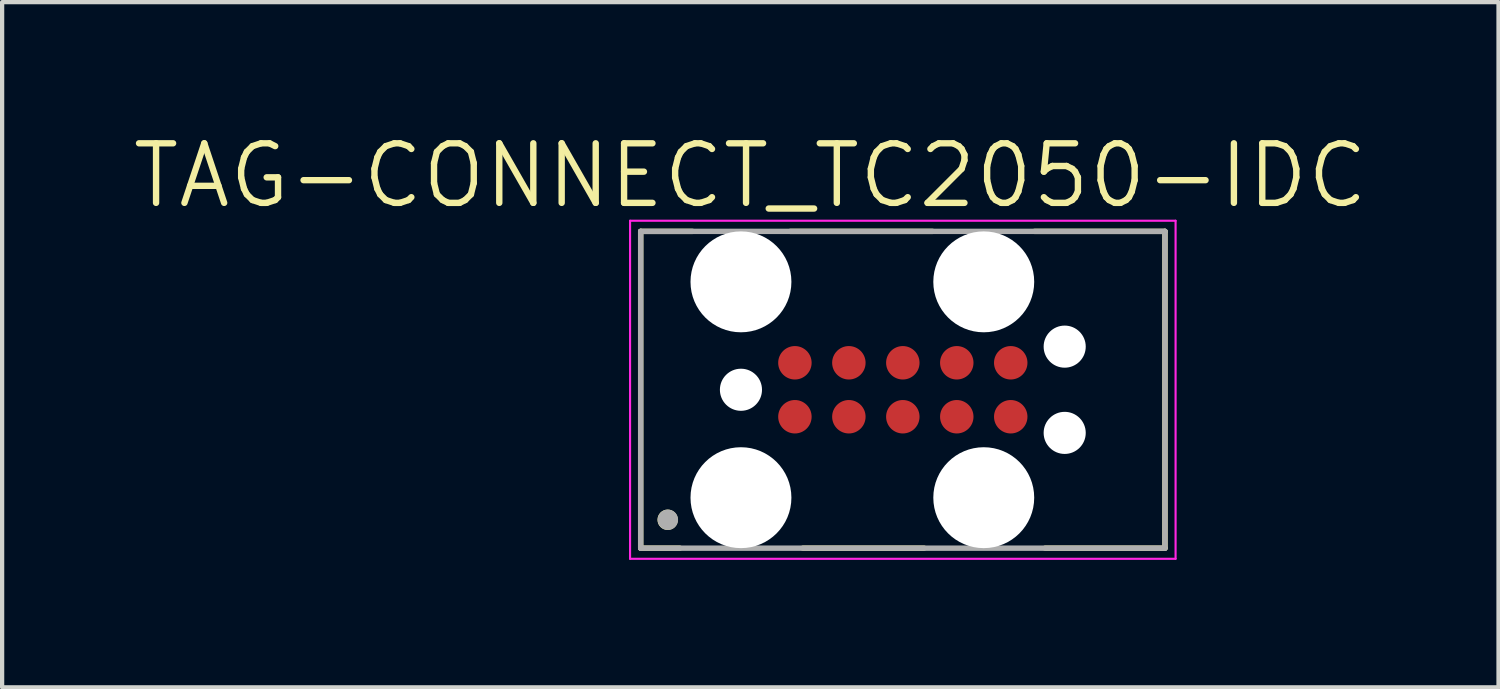
<source format=kicad_pcb>
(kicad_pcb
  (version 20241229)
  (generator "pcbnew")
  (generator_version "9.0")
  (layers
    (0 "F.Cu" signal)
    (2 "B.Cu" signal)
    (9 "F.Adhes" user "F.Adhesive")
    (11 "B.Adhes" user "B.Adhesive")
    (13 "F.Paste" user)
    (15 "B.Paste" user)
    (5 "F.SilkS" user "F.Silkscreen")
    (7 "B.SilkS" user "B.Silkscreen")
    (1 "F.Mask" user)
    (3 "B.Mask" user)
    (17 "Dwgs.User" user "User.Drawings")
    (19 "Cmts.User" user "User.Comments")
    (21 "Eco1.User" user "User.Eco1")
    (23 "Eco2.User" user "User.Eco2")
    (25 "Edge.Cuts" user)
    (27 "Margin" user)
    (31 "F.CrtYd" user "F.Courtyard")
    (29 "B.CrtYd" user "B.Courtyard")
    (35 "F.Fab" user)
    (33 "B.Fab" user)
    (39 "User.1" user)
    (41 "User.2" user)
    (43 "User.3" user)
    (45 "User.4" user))
  (footprint "TAG-CONNECT_TC2050-IDC"
    (layer "F.Cu")
    (at 18.2 6.124)
    (property "Reference" "TAG-CONNECT_TC2050-IDC" (at -3.59 -5.04 0) (layer "F.SilkS") (effects (font (size 1.402 1.402) (thickness 0.15))))
    (attr smd)
    (fp_line (start -6.17 -3.728) (end -4.95 -3.728) (stroke (width 0.127) (type solid)) (layer "F.SilkS"))
    (fp_line (start -6.17 3.728) (end -6.17 -3.728) (stroke (width 0.127) (type solid)) (layer "F.SilkS"))
    (fp_line (start -5.25 3.728) (end -6.17 3.728) (stroke (width 0.127) (type solid)) (layer "F.SilkS"))
    (fp_line (start -2.65 -3.728) (end 0.7 -3.728) (stroke (width 0.127) (type solid)) (layer "F.SilkS"))
    (fp_line (start 0.5 3.728) (end -2.35 3.728) (stroke (width 0.127) (type solid)) (layer "F.SilkS"))
    (fp_line (start 3.1 -3.728) (end 6.17 -3.728) (stroke (width 0.127) (type solid)) (layer "F.SilkS"))
    (fp_line (start 6.17 -3.728) (end 6.17 3.728) (stroke (width 0.127) (type solid)) (layer "F.SilkS"))
    (fp_line (start 6.17 3.728) (end 3.35 3.728) (stroke (width 0.127) (type solid)) (layer "F.SilkS"))
    (fp_circle (center -5.535 3.06) (end -5.415 3.06) (stroke (width 0.24) (type solid)) (fill no) (layer "F.SilkS"))
    (fp_line (start -6.42 -3.978) (end 6.42 -3.978) (stroke (width 0.05) (type solid)) (layer "F.CrtYd"))
    (fp_line (start -6.42 3.978) (end -6.42 -3.978) (stroke (width 0.05) (type solid)) (layer "F.CrtYd"))
    (fp_line (start 6.42 -3.978) (end 6.42 3.978) (stroke (width 0.05) (type solid)) (layer "F.CrtYd"))
    (fp_line (start 6.42 3.978) (end -6.42 3.978) (stroke (width 0.05) (type solid)) (layer "F.CrtYd"))
    (fp_line (start -6.17 -3.728) (end 6.17 -3.728) (stroke (width 0.127) (type solid)) (layer "F.Fab"))
    (fp_line (start -6.17 3.728) (end -6.17 -3.728) (stroke (width 0.127) (type solid)) (layer "F.Fab"))
    (fp_line (start 6.17 -3.728) (end 6.17 3.728) (stroke (width 0.127) (type solid)) (layer "F.Fab"))
    (fp_line (start 6.17 3.728) (end -6.17 3.728) (stroke (width 0.127) (type solid)) (layer "F.Fab"))
    (fp_circle (center -5.53 3.06) (end -5.41 3.06) (stroke (width 0.24) (type solid)) (fill no) (layer "F.Fab"))
    (pad "" np_thru_hole circle (at -3.81 -2.54) (size 2.375 2.375) (drill 2.375) (layers "*.Cu" "*.Mask"))
    (pad "" np_thru_hole circle (at -3.81 0) (size 0.991 0.991) (drill 0.991) (layers "*.Cu" "*.Mask"))
    (pad "" np_thru_hole circle (at -3.81 2.54) (size 2.375 2.375) (drill 2.375) (layers "*.Cu" "*.Mask"))
    (pad "" np_thru_hole circle (at 1.905 -2.54) (size 2.375 2.375) (drill 2.375) (layers "*.Cu" "*.Mask"))
    (pad "" np_thru_hole circle (at 1.905 2.54) (size 2.375 2.375) (drill 2.375) (layers "*.Cu" "*.Mask"))
    (pad "" np_thru_hole circle (at 3.81 -1.015) (size 0.991 0.991) (drill 0.991) (layers "*.Cu" "*.Mask"))
    (pad "" np_thru_hole circle (at 3.81 1.015) (size 0.991 0.991) (drill 0.991) (layers "*.Cu" "*.Mask"))
    (pad "1" smd circle (at -2.54 0.635) (size 0.787 0.787) (layers "F.Cu" "F.Mask"))
    (pad "2" smd circle (at -1.27 0.635) (size 0.787 0.787) (layers "F.Cu" "F.Mask"))
    (pad "3" smd circle (at 0 0.635) (size 0.787 0.787) (layers "F.Cu" "F.Mask"))
    (pad "4" smd circle (at 1.27 0.635) (size 0.787 0.787) (layers "F.Cu" "F.Mask"))
    (pad "5" smd circle (at 2.54 0.635) (size 0.787 0.787) (layers "F.Cu" "F.Mask"))
    (pad "6" smd circle (at 2.54 -0.635) (size 0.787 0.787) (layers "F.Cu" "F.Mask"))
    (pad "7" smd circle (at 1.27 -0.635) (size 0.787 0.787) (layers "F.Cu" "F.Mask"))
    (pad "8" smd circle (at 0 -0.635) (size 0.787 0.787) (layers "F.Cu" "F.Mask"))
    (pad "9" smd circle (at -1.27 -0.635) (size 0.787 0.787) (layers "F.Cu" "F.Mask"))
    (pad "10" smd circle (at -2.54 -0.635) (size 0.787 0.787) (layers "F.Cu" "F.Mask"))
    (zone (net_name "") (layer "F.Cu") (hatch full 0.508) (connect_pads) (min_thickness 0.0001) (filled_areas_thickness no) (keepout (tracks not_allowed) (vias not_allowed) (pads not_allowed) (copperpour not_allowed) (footprints allowed)) (placement (enabled no)) (fill) (polygon (pts (xy 15.66 6.124) (xy 15.66 6.365) (xy 20.74 6.365) (xy 20.74 5.882) (xy 15.66 5.882))))
    (zone (net_name "") (layer "F.Cu") (hatch full 0.508) (connect_pads) (min_thickness 0.0001) (filled_areas_thickness no) (keepout (tracks not_allowed) (vias not_allowed) (pads not_allowed) (copperpour not_allowed) (footprints allowed)) (placement (enabled no)) (fill) (polygon (pts (xy 15.66 6.365) (xy 16.93 6.365) (xy 16.909 6.366) (xy 16.889 6.367) (xy 16.868 6.37) (xy 16.848 6.374) (xy 16.828 6.379) (xy 16.808 6.385) (xy 16.789 6.391) (xy 16.77 6.399) (xy 16.751 6.408) (xy 16.733 6.418) (xy 16.716 6.429) (xy 16.699 6.44) (xy 16.682 6.453) (xy 16.667 6.466) (xy 16.652 6.481) (xy 16.637 6.496) (xy 16.624 6.511) (xy 16.611 6.528) (xy 16.6 6.545) (xy 16.589 6.562) (xy 16.579 6.58) (xy 16.57 6.599) (xy 16.562 6.618) (xy 16.556 6.637) (xy 16.55 6.657) (xy 16.545 6.677) (xy 16.541 6.697) (xy 16.538 6.718) (xy 16.537 6.738) (xy 16.536 6.759) (xy 16.054 6.759) (xy 16.053 6.738) (xy 16.052 6.718) (xy 16.049 6.697) (xy 16.045 6.677) (xy 16.04 6.657) (xy 16.034 6.637) (xy 16.028 6.618) (xy 16.02 6.599) (xy 16.011 6.58) (xy 16.001 6.562) (xy 15.99 6.545) (xy 15.979 6.528) (xy 15.966 6.511) (xy 15.953 6.496) (xy 15.938 6.481) (xy 15.923 6.466) (xy 15.908 6.453) (xy 15.891 6.44) (xy 15.874 6.429) (xy 15.857 6.418) (xy 15.839 6.408) (xy 15.82 6.399) (xy 15.801 6.391) (xy 15.782 6.385) (xy 15.762 6.379) (xy 15.742 6.374) (xy 15.722 6.37) (xy 15.701 6.367) (xy 15.681 6.366) (xy 15.66 6.365))))
    (zone (net_name "") (layer "F.Cu") (hatch full 0.508) (connect_pads) (min_thickness 0.0001) (filled_areas_thickness no) (keepout (tracks not_allowed) (vias not_allowed) (pads not_allowed) (copperpour not_allowed) (footprints allowed)) (placement (enabled no)) (fill) (polygon (pts (xy 16.93 5.882) (xy 15.66 5.883) (xy 15.681 5.882) (xy 15.701 5.881) (xy 15.722 5.878) (xy 15.742 5.874) (xy 15.762 5.869) (xy 15.782 5.863) (xy 15.801 5.857) (xy 15.82 5.849) (xy 15.839 5.84) (xy 15.857 5.83) (xy 15.874 5.819) (xy 15.891 5.808) (xy 15.908 5.795) (xy 15.923 5.782) (xy 15.938 5.767) (xy 15.953 5.752) (xy 15.966 5.737) (xy 15.979 5.72) (xy 15.99 5.703) (xy 16.001 5.686) (xy 16.011 5.668) (xy 16.02 5.649) (xy 16.028 5.63) (xy 16.034 5.611) (xy 16.04 5.591) (xy 16.045 5.571) (xy 16.049 5.551) (xy 16.052 5.53) (xy 16.053 5.51) (xy 16.054 5.489) (xy 16.536 5.489) (xy 16.537 5.51) (xy 16.538 5.53) (xy 16.541 5.551) (xy 16.545 5.571) (xy 16.55 5.591) (xy 16.556 5.611) (xy 16.562 5.63) (xy 16.57 5.649) (xy 16.579 5.668) (xy 16.589 5.686) (xy 16.6 5.703) (xy 16.611 5.72) (xy 16.624 5.737) (xy 16.637 5.752) (xy 16.652 5.767) (xy 16.667 5.782) (xy 16.682 5.795) (xy 16.699 5.808) (xy 16.716 5.819) (xy 16.733 5.83) (xy 16.751 5.84) (xy 16.77 5.849) (xy 16.789 5.857) (xy 16.808 5.863) (xy 16.828 5.869) (xy 16.848 5.874) (xy 16.868 5.878) (xy 16.889 5.881) (xy 16.909 5.882) (xy 16.93 5.883))))
    (zone (net_name "") (layer "F.Cu") (hatch full 0.508) (connect_pads) (min_thickness 0.0001) (filled_areas_thickness no) (keepout (tracks not_allowed) (vias not_allowed) (pads not_allowed) (copperpour not_allowed) (footprints allowed)) (placement (enabled no)) (fill) (polygon (pts (xy 16.93 6.365) (xy 18.2 6.365) (xy 18.179 6.366) (xy 18.159 6.367) (xy 18.138 6.37) (xy 18.118 6.374) (xy 18.098 6.379) (xy 18.078 6.385) (xy 18.059 6.391) (xy 18.04 6.399) (xy 18.021 6.408) (xy 18.003 6.418) (xy 17.986 6.429) (xy 17.969 6.44) (xy 17.952 6.453) (xy 17.937 6.466) (xy 17.922 6.481) (xy 17.907 6.496) (xy 17.894 6.511) (xy 17.881 6.528) (xy 17.87 6.545) (xy 17.859 6.562) (xy 17.849 6.58) (xy 17.84 6.599) (xy 17.832 6.618) (xy 17.826 6.637) (xy 17.82 6.657) (xy 17.815 6.677) (xy 17.811 6.697) (xy 17.808 6.718) (xy 17.807 6.738) (xy 17.806 6.759) (xy 17.324 6.759) (xy 17.323 6.738) (xy 17.322 6.718) (xy 17.319 6.697) (xy 17.315 6.677) (xy 17.31 6.657) (xy 17.304 6.637) (xy 17.298 6.618) (xy 17.29 6.599) (xy 17.281 6.58) (xy 17.271 6.562) (xy 17.26 6.545) (xy 17.249 6.528) (xy 17.236 6.511) (xy 17.223 6.496) (xy 17.208 6.481) (xy 17.193 6.466) (xy 17.178 6.453) (xy 17.161 6.44) (xy 17.144 6.429) (xy 17.127 6.418) (xy 17.109 6.408) (xy 17.09 6.399) (xy 17.071 6.391) (xy 17.052 6.385) (xy 17.032 6.379) (xy 17.012 6.374) (xy 16.992 6.37) (xy 16.971 6.367) (xy 16.951 6.366) (xy 16.93 6.365))))
    (zone (net_name "") (layer "F.Cu") (hatch full 0.508) (connect_pads) (min_thickness 0.0001) (filled_areas_thickness no) (keepout (tracks not_allowed) (vias not_allowed) (pads not_allowed) (copperpour not_allowed) (footprints allowed)) (placement (enabled no)) (fill) (polygon (pts (xy 18.2 5.882) (xy 16.93 5.883) (xy 16.951 5.882) (xy 16.971 5.881) (xy 16.992 5.878) (xy 17.012 5.874) (xy 17.032 5.869) (xy 17.052 5.863) (xy 17.071 5.857) (xy 17.09 5.849) (xy 17.109 5.84) (xy 17.127 5.83) (xy 17.144 5.819) (xy 17.161 5.808) (xy 17.178 5.795) (xy 17.193 5.782) (xy 17.208 5.767) (xy 17.223 5.752) (xy 17.236 5.737) (xy 17.249 5.72) (xy 17.26 5.703) (xy 17.271 5.686) (xy 17.281 5.668) (xy 17.29 5.649) (xy 17.298 5.63) (xy 17.304 5.611) (xy 17.31 5.591) (xy 17.315 5.571) (xy 17.319 5.551) (xy 17.322 5.53) (xy 17.323 5.51) (xy 17.324 5.489) (xy 17.806 5.489) (xy 17.807 5.51) (xy 17.808 5.53) (xy 17.811 5.551) (xy 17.815 5.571) (xy 17.82 5.591) (xy 17.826 5.611) (xy 17.832 5.63) (xy 17.84 5.649) (xy 17.849 5.668) (xy 17.859 5.686) (xy 17.87 5.703) (xy 17.881 5.72) (xy 17.894 5.737) (xy 17.907 5.752) (xy 17.922 5.767) (xy 17.937 5.782) (xy 17.952 5.795) (xy 17.969 5.808) (xy 17.986 5.819) (xy 18.003 5.83) (xy 18.021 5.84) (xy 18.04 5.849) (xy 18.059 5.857) (xy 18.078 5.863) (xy 18.098 5.869) (xy 18.118 5.874) (xy 18.138 5.878) (xy 18.159 5.881) (xy 18.179 5.882) (xy 18.2 5.883))))
    (zone (net_name "") (layer "F.Cu") (hatch full 0.508) (connect_pads) (min_thickness 0.0001) (filled_areas_thickness no) (keepout (tracks not_allowed) (vias not_allowed) (pads not_allowed) (copperpour not_allowed) (footprints allowed)) (placement (enabled no)) (fill) (polygon (pts (xy 18.2 6.365) (xy 19.47 6.365) (xy 19.449 6.366) (xy 19.429 6.367) (xy 19.408 6.37) (xy 19.388 6.374) (xy 19.368 6.379) (xy 19.348 6.385) (xy 19.329 6.391) (xy 19.31 6.399) (xy 19.291 6.408) (xy 19.273 6.418) (xy 19.256 6.429) (xy 19.239 6.44) (xy 19.222 6.453) (xy 19.207 6.466) (xy 19.192 6.481) (xy 19.177 6.496) (xy 19.164 6.511) (xy 19.151 6.528) (xy 19.14 6.545) (xy 19.129 6.562) (xy 19.119 6.58) (xy 19.11 6.599) (xy 19.102 6.618) (xy 19.096 6.637) (xy 19.09 6.657) (xy 19.085 6.677) (xy 19.081 6.697) (xy 19.078 6.718) (xy 19.077 6.738) (xy 19.076 6.759) (xy 18.594 6.759) (xy 18.593 6.738) (xy 18.592 6.718) (xy 18.589 6.697) (xy 18.585 6.677) (xy 18.58 6.657) (xy 18.574 6.637) (xy 18.568 6.618) (xy 18.56 6.599) (xy 18.551 6.58) (xy 18.541 6.562) (xy 18.53 6.545) (xy 18.519 6.528) (xy 18.506 6.511) (xy 18.493 6.496) (xy 18.478 6.481) (xy 18.463 6.466) (xy 18.448 6.453) (xy 18.431 6.44) (xy 18.414 6.429) (xy 18.397 6.418) (xy 18.379 6.408) (xy 18.36 6.399) (xy 18.341 6.391) (xy 18.322 6.385) (xy 18.302 6.379) (xy 18.282 6.374) (xy 18.262 6.37) (xy 18.241 6.367) (xy 18.221 6.366) (xy 18.2 6.365))))
    (zone (net_name "") (layer "F.Cu") (hatch full 0.508) (connect_pads) (min_thickness 0.0001) (filled_areas_thickness no) (keepout (tracks not_allowed) (vias not_allowed) (pads not_allowed) (copperpour not_allowed) (footprints allowed)) (placement (enabled no)) (fill) (polygon (pts (xy 19.47 5.882) (xy 18.2 5.883) (xy 18.221 5.882) (xy 18.241 5.881) (xy 18.262 5.878) (xy 18.282 5.874) (xy 18.302 5.869) (xy 18.322 5.863) (xy 18.341 5.857) (xy 18.36 5.849) (xy 18.379 5.84) (xy 18.397 5.83) (xy 18.414 5.819) (xy 18.431 5.808) (xy 18.448 5.795) (xy 18.463 5.782) (xy 18.478 5.767) (xy 18.493 5.752) (xy 18.506 5.737) (xy 18.519 5.72) (xy 18.53 5.703) (xy 18.541 5.686) (xy 18.551 5.668) (xy 18.56 5.649) (xy 18.568 5.63) (xy 18.574 5.611) (xy 18.58 5.591) (xy 18.585 5.571) (xy 18.589 5.551) (xy 18.592 5.53) (xy 18.593 5.51) (xy 18.594 5.489) (xy 19.076 5.489) (xy 19.077 5.51) (xy 19.078 5.53) (xy 19.081 5.551) (xy 19.085 5.571) (xy 19.09 5.591) (xy 19.096 5.611) (xy 19.102 5.63) (xy 19.11 5.649) (xy 19.119 5.668) (xy 19.129 5.686) (xy 19.14 5.703) (xy 19.151 5.72) (xy 19.164 5.737) (xy 19.177 5.752) (xy 19.192 5.767) (xy 19.207 5.782) (xy 19.222 5.795) (xy 19.239 5.808) (xy 19.256 5.819) (xy 19.273 5.83) (xy 19.291 5.84) (xy 19.31 5.849) (xy 19.329 5.857) (xy 19.348 5.863) (xy 19.368 5.869) (xy 19.388 5.874) (xy 19.408 5.878) (xy 19.429 5.881) (xy 19.449 5.882) (xy 19.47 5.883))))
    (zone (net_name "") (layer "F.Cu") (hatch full 0.508) (connect_pads) (min_thickness 0.0001) (filled_areas_thickness no) (keepout (tracks not_allowed) (vias not_allowed) (pads not_allowed) (copperpour not_allowed) (footprints allowed)) (placement (enabled no)) (fill) (polygon (pts (xy 19.47 6.365) (xy 20.74 6.365) (xy 20.719 6.366) (xy 20.699 6.367) (xy 20.678 6.37) (xy 20.658 6.374) (xy 20.638 6.379) (xy 20.618 6.385) (xy 20.599 6.391) (xy 20.58 6.399) (xy 20.561 6.408) (xy 20.543 6.418) (xy 20.526 6.429) (xy 20.509 6.44) (xy 20.492 6.453) (xy 20.477 6.466) (xy 20.462 6.481) (xy 20.447 6.496) (xy 20.434 6.511) (xy 20.421 6.528) (xy 20.41 6.545) (xy 20.399 6.562) (xy 20.389 6.58) (xy 20.38 6.599) (xy 20.372 6.618) (xy 20.366 6.637) (xy 20.36 6.657) (xy 20.355 6.677) (xy 20.351 6.697) (xy 20.348 6.718) (xy 20.347 6.738) (xy 20.346 6.759) (xy 19.864 6.759) (xy 19.863 6.738) (xy 19.862 6.718) (xy 19.859 6.697) (xy 19.855 6.677) (xy 19.85 6.657) (xy 19.844 6.637) (xy 19.838 6.618) (xy 19.83 6.599) (xy 19.821 6.58) (xy 19.811 6.562) (xy 19.8 6.545) (xy 19.789 6.528) (xy 19.776 6.511) (xy 19.763 6.496) (xy 19.748 6.481) (xy 19.733 6.466) (xy 19.718 6.453) (xy 19.701 6.44) (xy 19.684 6.429) (xy 19.667 6.418) (xy 19.649 6.408) (xy 19.63 6.399) (xy 19.611 6.391) (xy 19.592 6.385) (xy 19.572 6.379) (xy 19.552 6.374) (xy 19.532 6.37) (xy 19.511 6.367) (xy 19.491 6.366) (xy 19.47 6.365))))
    (zone (net_name "") (layer "F.Cu") (hatch full 0.508) (connect_pads) (min_thickness 0.0001) (filled_areas_thickness no) (keepout (tracks not_allowed) (vias not_allowed) (pads not_allowed) (copperpour not_allowed) (footprints allowed)) (placement (enabled no)) (fill) (polygon (pts (xy 20.74 5.882) (xy 19.47 5.883) (xy 19.491 5.882) (xy 19.511 5.881) (xy 19.532 5.878) (xy 19.552 5.874) (xy 19.572 5.869) (xy 19.592 5.863) (xy 19.611 5.857) (xy 19.63 5.849) (xy 19.649 5.84) (xy 19.667 5.83) (xy 19.684 5.819) (xy 19.701 5.808) (xy 19.718 5.795) (xy 19.733 5.782) (xy 19.748 5.767) (xy 19.763 5.752) (xy 19.776 5.737) (xy 19.789 5.72) (xy 19.8 5.703) (xy 19.811 5.686) (xy 19.821 5.668) (xy 19.83 5.649) (xy 19.838 5.63) (xy 19.844 5.611) (xy 19.85 5.591) (xy 19.855 5.571) (xy 19.859 5.551) (xy 19.862 5.53) (xy 19.863 5.51) (xy 19.864 5.489) (xy 20.346 5.489) (xy 20.347 5.51) (xy 20.348 5.53) (xy 20.351 5.551) (xy 20.355 5.571) (xy 20.36 5.591) (xy 20.366 5.611) (xy 20.372 5.63) (xy 20.38 5.649) (xy 20.389 5.668) (xy 20.399 5.686) (xy 20.41 5.703) (xy 20.421 5.72) (xy 20.434 5.737) (xy 20.447 5.752) (xy 20.462 5.767) (xy 20.477 5.782) (xy 20.492 5.795) (xy 20.509 5.808) (xy 20.526 5.819) (xy 20.543 5.83) (xy 20.561 5.84) (xy 20.58 5.849) (xy 20.599 5.857) (xy 20.618 5.863) (xy 20.638 5.869) (xy 20.658 5.874) (xy 20.678 5.878) (xy 20.699 5.881) (xy 20.719 5.882) (xy 20.74 5.883))))
    (zone (net_name "") (layers "F.Cu" "B.Cu") (hatch full 0.508) (connect_pads) (min_thickness 0.0001) (filled_areas_thickness no) (keepout (tracks allowed) (vias not_allowed) (pads allowed) (copperpour allowed) (footprints allowed)) (placement (enabled no)) (fill) (polygon (pts (xy 15.66 5.882) (xy 15.66 6.365) (xy 20.74 6.365) (xy 20.74 5.882))))
    (zone (net_name "") (layers "F.Cu" "B.Cu") (hatch full 0.508) (connect_pads) (min_thickness 0.0001) (filled_areas_thickness no) (keepout (tracks allowed) (vias not_allowed) (pads allowed) (copperpour allowed) (footprints allowed)) (placement (enabled no)) (fill) (polygon (pts (xy 15.66 6.365) (xy 16.93 6.365) (xy 16.909 6.366) (xy 16.889 6.367) (xy 16.868 6.37) (xy 16.848 6.374) (xy 16.828 6.379) (xy 16.808 6.385) (xy 16.789 6.391) (xy 16.77 6.399) (xy 16.751 6.408) (xy 16.733 6.418) (xy 16.716 6.429) (xy 16.699 6.44) (xy 16.682 6.453) (xy 16.667 6.466) (xy 16.652 6.481) (xy 16.637 6.496) (xy 16.624 6.511) (xy 16.611 6.528) (xy 16.6 6.545) (xy 16.589 6.562) (xy 16.579 6.58) (xy 16.57 6.599) (xy 16.562 6.618) (xy 16.556 6.637) (xy 16.55 6.657) (xy 16.545 6.677) (xy 16.541 6.697) (xy 16.538 6.718) (xy 16.537 6.738) (xy 16.536 6.759) (xy 16.054 6.759) (xy 16.053 6.738) (xy 16.052 6.718) (xy 16.049 6.697) (xy 16.045 6.677) (xy 16.04 6.657) (xy 16.034 6.637) (xy 16.028 6.618) (xy 16.02 6.599) (xy 16.011 6.58) (xy 16.001 6.562) (xy 15.99 6.545) (xy 15.979 6.528) (xy 15.966 6.511) (xy 15.953 6.496) (xy 15.938 6.481) (xy 15.923 6.466) (xy 15.908 6.453) (xy 15.891 6.44) (xy 15.874 6.429) (xy 15.857 6.418) (xy 15.839 6.408) (xy 15.82 6.399) (xy 15.801 6.391) (xy 15.782 6.385) (xy 15.762 6.379) (xy 15.742 6.374) (xy 15.722 6.37) (xy 15.701 6.367) (xy 15.681 6.366) (xy 15.66 6.365))))
    (zone (net_name "") (layers "F.Cu" "B.Cu") (hatch full 0.508) (connect_pads) (min_thickness 0.0001) (filled_areas_thickness no) (keepout (tracks allowed) (vias not_allowed) (pads allowed) (copperpour allowed) (footprints allowed)) (placement (enabled no)) (fill) (polygon (pts (xy 16.93 5.882) (xy 15.66 5.883) (xy 15.681 5.882) (xy 15.701 5.881) (xy 15.722 5.878) (xy 15.742 5.874) (xy 15.762 5.869) (xy 15.782 5.863) (xy 15.801 5.857) (xy 15.82 5.849) (xy 15.839 5.84) (xy 15.857 5.83) (xy 15.874 5.819) (xy 15.891 5.808) (xy 15.908 5.795) (xy 15.923 5.782) (xy 15.938 5.767) (xy 15.953 5.752) (xy 15.966 5.737) (xy 15.979 5.72) (xy 15.99 5.703) (xy 16.001 5.686) (xy 16.011 5.668) (xy 16.02 5.649) (xy 16.028 5.63) (xy 16.034 5.611) (xy 16.04 5.591) (xy 16.045 5.571) (xy 16.049 5.551) (xy 16.052 5.53) (xy 16.053 5.51) (xy 16.054 5.489) (xy 16.536 5.489) (xy 16.537 5.51) (xy 16.538 5.53) (xy 16.541 5.551) (xy 16.545 5.571) (xy 16.55 5.591) (xy 16.556 5.611) (xy 16.562 5.63) (xy 16.57 5.649) (xy 16.579 5.668) (xy 16.589 5.686) (xy 16.6 5.703) (xy 16.611 5.72) (xy 16.624 5.737) (xy 16.637 5.752) (xy 16.652 5.767) (xy 16.667 5.782) (xy 16.682 5.795) (xy 16.699 5.808) (xy 16.716 5.819) (xy 16.733 5.83) (xy 16.751 5.84) (xy 16.77 5.849) (xy 16.789 5.857) (xy 16.808 5.863) (xy 16.828 5.869) (xy 16.848 5.874) (xy 16.868 5.878) (xy 16.889 5.881) (xy 16.909 5.882) (xy 16.93 5.883))))
    (zone (net_name "") (layers "F.Cu" "B.Cu") (hatch full 0.508) (connect_pads) (min_thickness 0.0001) (filled_areas_thickness no) (keepout (tracks allowed) (vias not_allowed) (pads allowed) (copperpour allowed) (footprints allowed)) (placement (enabled no)) (fill) (polygon (pts (xy 16.93 6.365) (xy 18.2 6.365) (xy 18.179 6.366) (xy 18.159 6.367) (xy 18.138 6.37) (xy 18.118 6.374) (xy 18.098 6.379) (xy 18.078 6.385) (xy 18.059 6.391) (xy 18.04 6.399) (xy 18.021 6.408) (xy 18.003 6.418) (xy 17.986 6.429) (xy 17.969 6.44) (xy 17.952 6.453) (xy 17.937 6.466) (xy 17.922 6.481) (xy 17.907 6.496) (xy 17.894 6.511) (xy 17.881 6.528) (xy 17.87 6.545) (xy 17.859 6.562) (xy 17.849 6.58) (xy 17.84 6.599) (xy 17.832 6.618) (xy 17.826 6.637) (xy 17.82 6.657) (xy 17.815 6.677) (xy 17.811 6.697) (xy 17.808 6.718) (xy 17.807 6.738) (xy 17.806 6.759) (xy 17.324 6.759) (xy 17.323 6.738) (xy 17.322 6.718) (xy 17.319 6.697) (xy 17.315 6.677) (xy 17.31 6.657) (xy 17.304 6.637) (xy 17.298 6.618) (xy 17.29 6.599) (xy 17.281 6.58) (xy 17.271 6.562) (xy 17.26 6.545) (xy 17.249 6.528) (xy 17.236 6.511) (xy 17.223 6.496) (xy 17.208 6.481) (xy 17.193 6.466) (xy 17.178 6.453) (xy 17.161 6.44) (xy 17.144 6.429) (xy 17.127 6.418) (xy 17.109 6.408) (xy 17.09 6.399) (xy 17.071 6.391) (xy 17.052 6.385) (xy 17.032 6.379) (xy 17.012 6.374) (xy 16.992 6.37) (xy 16.971 6.367) (xy 16.951 6.366) (xy 16.93 6.365))))
    (zone (net_name "") (layers "F.Cu" "B.Cu") (hatch full 0.508) (connect_pads) (min_thickness 0.0001) (filled_areas_thickness no) (keepout (tracks allowed) (vias not_allowed) (pads allowed) (copperpour allowed) (footprints allowed)) (placement (enabled no)) (fill) (polygon (pts (xy 18.2 5.882) (xy 16.93 5.883) (xy 16.951 5.882) (xy 16.971 5.881) (xy 16.992 5.878) (xy 17.012 5.874) (xy 17.032 5.869) (xy 17.052 5.863) (xy 17.071 5.857) (xy 17.09 5.849) (xy 17.109 5.84) (xy 17.127 5.83) (xy 17.144 5.819) (xy 17.161 5.808) (xy 17.178 5.795) (xy 17.193 5.782) (xy 17.208 5.767) (xy 17.223 5.752) (xy 17.236 5.737) (xy 17.249 5.72) (xy 17.26 5.703) (xy 17.271 5.686) (xy 17.281 5.668) (xy 17.29 5.649) (xy 17.298 5.63) (xy 17.304 5.611) (xy 17.31 5.591) (xy 17.315 5.571) (xy 17.319 5.551) (xy 17.322 5.53) (xy 17.323 5.51) (xy 17.324 5.489) (xy 17.806 5.489) (xy 17.807 5.51) (xy 17.808 5.53) (xy 17.811 5.551) (xy 17.815 5.571) (xy 17.82 5.591) (xy 17.826 5.611) (xy 17.832 5.63) (xy 17.84 5.649) (xy 17.849 5.668) (xy 17.859 5.686) (xy 17.87 5.703) (xy 17.881 5.72) (xy 17.894 5.737) (xy 17.907 5.752) (xy 17.922 5.767) (xy 17.937 5.782) (xy 17.952 5.795) (xy 17.969 5.808) (xy 17.986 5.819) (xy 18.003 5.83) (xy 18.021 5.84) (xy 18.04 5.849) (xy 18.059 5.857) (xy 18.078 5.863) (xy 18.098 5.869) (xy 18.118 5.874) (xy 18.138 5.878) (xy 18.159 5.881) (xy 18.179 5.882) (xy 18.2 5.883))))
    (zone (net_name "") (layers "F.Cu" "B.Cu") (hatch full 0.508) (connect_pads) (min_thickness 0.0001) (filled_areas_thickness no) (keepout (tracks allowed) (vias not_allowed) (pads allowed) (copperpour allowed) (footprints allowed)) (placement (enabled no)) (fill) (polygon (pts (xy 18.2 6.365) (xy 19.47 6.365) (xy 19.449 6.366) (xy 19.429 6.367) (xy 19.408 6.37) (xy 19.388 6.374) (xy 19.368 6.379) (xy 19.348 6.385) (xy 19.329 6.391) (xy 19.31 6.399) (xy 19.291 6.408) (xy 19.273 6.418) (xy 19.256 6.429) (xy 19.239 6.44) (xy 19.222 6.453) (xy 19.207 6.466) (xy 19.192 6.481) (xy 19.177 6.496) (xy 19.164 6.511) (xy 19.151 6.528) (xy 19.14 6.545) (xy 19.129 6.562) (xy 19.119 6.58) (xy 19.11 6.599) (xy 19.102 6.618) (xy 19.096 6.637) (xy 19.09 6.657) (xy 19.085 6.677) (xy 19.081 6.697) (xy 19.078 6.718) (xy 19.077 6.738) (xy 19.076 6.759) (xy 18.594 6.759) (xy 18.593 6.738) (xy 18.592 6.718) (xy 18.589 6.697) (xy 18.585 6.677) (xy 18.58 6.657) (xy 18.574 6.637) (xy 18.568 6.618) (xy 18.56 6.599) (xy 18.551 6.58) (xy 18.541 6.562) (xy 18.53 6.545) (xy 18.519 6.528) (xy 18.506 6.511) (xy 18.493 6.496) (xy 18.478 6.481) (xy 18.463 6.466) (xy 18.448 6.453) (xy 18.431 6.44) (xy 18.414 6.429) (xy 18.397 6.418) (xy 18.379 6.408) (xy 18.36 6.399) (xy 18.341 6.391) (xy 18.322 6.385) (xy 18.302 6.379) (xy 18.282 6.374) (xy 18.262 6.37) (xy 18.241 6.367) (xy 18.221 6.366) (xy 18.2 6.365))))
    (zone (net_name "") (layers "F.Cu" "B.Cu") (hatch full 0.508) (connect_pads) (min_thickness 0.0001) (filled_areas_thickness no) (keepout (tracks allowed) (vias not_allowed) (pads allowed) (copperpour allowed) (footprints allowed)) (placement (enabled no)) (fill) (polygon (pts (xy 19.47 5.882) (xy 18.2 5.883) (xy 18.221 5.882) (xy 18.241 5.881) (xy 18.262 5.878) (xy 18.282 5.874) (xy 18.302 5.869) (xy 18.322 5.863) (xy 18.341 5.857) (xy 18.36 5.849) (xy 18.379 5.84) (xy 18.397 5.83) (xy 18.414 5.819) (xy 18.431 5.808) (xy 18.448 5.795) (xy 18.463 5.782) (xy 18.478 5.767) (xy 18.493 5.752) (xy 18.506 5.737) (xy 18.519 5.72) (xy 18.53 5.703) (xy 18.541 5.686) (xy 18.551 5.668) (xy 18.56 5.649) (xy 18.568 5.63) (xy 18.574 5.611) (xy 18.58 5.591) (xy 18.585 5.571) (xy 18.589 5.551) (xy 18.592 5.53) (xy 18.593 5.51) (xy 18.594 5.489) (xy 19.076 5.489) (xy 19.077 5.51) (xy 19.078 5.53) (xy 19.081 5.551) (xy 19.085 5.571) (xy 19.09 5.591) (xy 19.096 5.611) (xy 19.102 5.63) (xy 19.11 5.649) (xy 19.119 5.668) (xy 19.129 5.686) (xy 19.14 5.703) (xy 19.151 5.72) (xy 19.164 5.737) (xy 19.177 5.752) (xy 19.192 5.767) (xy 19.207 5.782) (xy 19.222 5.795) (xy 19.239 5.808) (xy 19.256 5.819) (xy 19.273 5.83) (xy 19.291 5.84) (xy 19.31 5.849) (xy 19.329 5.857) (xy 19.348 5.863) (xy 19.368 5.869) (xy 19.388 5.874) (xy 19.408 5.878) (xy 19.429 5.881) (xy 19.449 5.882) (xy 19.47 5.883))))
    (zone (net_name "") (layers "F.Cu" "B.Cu") (hatch full 0.508) (connect_pads) (min_thickness 0.0001) (filled_areas_thickness no) (keepout (tracks allowed) (vias not_allowed) (pads allowed) (copperpour allowed) (footprints allowed)) (placement (enabled no)) (fill) (polygon (pts (xy 19.47 6.365) (xy 20.74 6.365) (xy 20.719 6.366) (xy 20.699 6.367) (xy 20.678 6.37) (xy 20.658 6.374) (xy 20.638 6.379) (xy 20.618 6.385) (xy 20.599 6.391) (xy 20.58 6.399) (xy 20.561 6.408) (xy 20.543 6.418) (xy 20.526 6.429) (xy 20.509 6.44) (xy 20.492 6.453) (xy 20.477 6.466) (xy 20.462 6.481) (xy 20.447 6.496) (xy 20.434 6.511) (xy 20.421 6.528) (xy 20.41 6.545) (xy 20.399 6.562) (xy 20.389 6.58) (xy 20.38 6.599) (xy 20.372 6.618) (xy 20.366 6.637) (xy 20.36 6.657) (xy 20.355 6.677) (xy 20.351 6.697) (xy 20.348 6.718) (xy 20.347 6.738) (xy 20.346 6.759) (xy 19.864 6.759) (xy 19.863 6.738) (xy 19.862 6.718) (xy 19.859 6.697) (xy 19.855 6.677) (xy 19.85 6.657) (xy 19.844 6.637) (xy 19.838 6.618) (xy 19.83 6.599) (xy 19.821 6.58) (xy 19.811 6.562) (xy 19.8 6.545) (xy 19.789 6.528) (xy 19.776 6.511) (xy 19.763 6.496) (xy 19.748 6.481) (xy 19.733 6.466) (xy 19.718 6.453) (xy 19.701 6.44) (xy 19.684 6.429) (xy 19.667 6.418) (xy 19.649 6.408) (xy 19.63 6.399) (xy 19.611 6.391) (xy 19.592 6.385) (xy 19.572 6.379) (xy 19.552 6.374) (xy 19.532 6.37) (xy 19.511 6.367) (xy 19.491 6.366) (xy 19.47 6.365))))
    (zone (net_name "") (layers "F.Cu" "B.Cu") (hatch full 0.508) (connect_pads) (min_thickness 0.0001) (filled_areas_thickness no) (keepout (tracks allowed) (vias not_allowed) (pads allowed) (copperpour allowed) (footprints allowed)) (placement (enabled no)) (fill) (polygon (pts (xy 20.74 5.882) (xy 19.47 5.883) (xy 19.491 5.882) (xy 19.511 5.881) (xy 19.532 5.878) (xy 19.552 5.874) (xy 19.572 5.869) (xy 19.592 5.863) (xy 19.611 5.857) (xy 19.63 5.849) (xy 19.649 5.84) (xy 19.667 5.83) (xy 19.684 5.819) (xy 19.701 5.808) (xy 19.718 5.795) (xy 19.733 5.782) (xy 19.748 5.767) (xy 19.763 5.752) (xy 19.776 5.737) (xy 19.789 5.72) (xy 19.8 5.703) (xy 19.811 5.686) (xy 19.821 5.668) (xy 19.83 5.649) (xy 19.838 5.63) (xy 19.844 5.611) (xy 19.85 5.591) (xy 19.855 5.571) (xy 19.859 5.551) (xy 19.862 5.53) (xy 19.863 5.51) (xy 19.864 5.489) (xy 20.346 5.489) (xy 20.347 5.51) (xy 20.348 5.53) (xy 20.351 5.551) (xy 20.355 5.571) (xy 20.36 5.591) (xy 20.366 5.611) (xy 20.372 5.63) (xy 20.38 5.649) (xy 20.389 5.668) (xy 20.399 5.686) (xy 20.41 5.703) (xy 20.421 5.72) (xy 20.434 5.737) (xy 20.447 5.752) (xy 20.462 5.767) (xy 20.477 5.782) (xy 20.492 5.795) (xy 20.509 5.808) (xy 20.526 5.819) (xy 20.543 5.83) (xy 20.561 5.84) (xy 20.58 5.849) (xy 20.599 5.857) (xy 20.618 5.863) (xy 20.638 5.869) (xy 20.658 5.874) (xy 20.678 5.878) (xy 20.699 5.881) (xy 20.719 5.882) (xy 20.74 5.883)))))
  (gr_rect
    (start -3 -3)
    (end 32.221 13.127)
    (stroke (width 0.1) (type default))
    (fill no)
    (layer "Edge.Cuts")))
</source>
